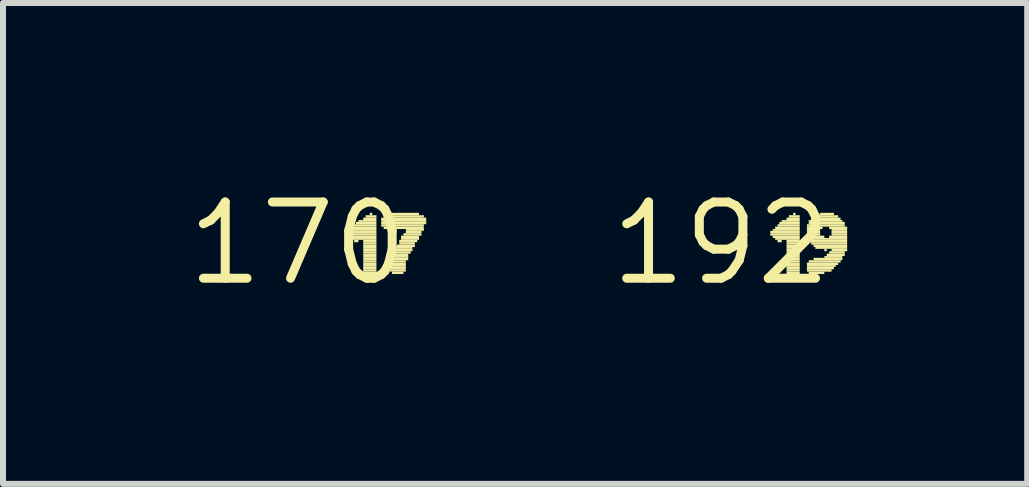
<source format=kicad_pcb>
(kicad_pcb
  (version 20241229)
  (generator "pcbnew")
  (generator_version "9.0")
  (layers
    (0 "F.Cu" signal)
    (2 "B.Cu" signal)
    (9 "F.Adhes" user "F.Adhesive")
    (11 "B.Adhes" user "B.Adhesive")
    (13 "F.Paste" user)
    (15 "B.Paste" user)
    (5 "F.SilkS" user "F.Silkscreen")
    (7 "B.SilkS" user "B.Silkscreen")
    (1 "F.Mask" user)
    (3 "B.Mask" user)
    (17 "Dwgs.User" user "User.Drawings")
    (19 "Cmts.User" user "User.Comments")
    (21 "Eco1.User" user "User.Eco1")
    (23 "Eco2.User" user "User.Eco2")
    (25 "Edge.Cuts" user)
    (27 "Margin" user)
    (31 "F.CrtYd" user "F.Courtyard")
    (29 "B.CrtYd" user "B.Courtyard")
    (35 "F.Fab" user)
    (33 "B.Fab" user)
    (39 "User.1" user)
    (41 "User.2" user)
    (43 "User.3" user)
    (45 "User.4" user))
  (footprint "192"
    (layer "F.Cu")
    (at 8.965 1.006)
    (property "Reference" "192" (at 0 0 0) (layer "F.SilkS") (effects (font (size 1.27 1.27) (thickness 0.15))))
    (fp_poly (pts (xy 0.82 -0.17) (xy 1.31 -0.17) (xy 1.31 -0.21) (xy 0.82 -0.21)) (stroke (width 0) (type solid)) (fill yes) (layer "F.SilkS"))
    (fp_poly (pts (xy 0.82 -0.13) (xy 1.31 -0.13) (xy 1.31 -0.17) (xy 0.82 -0.17)) (stroke (width 0) (type solid)) (fill yes) (layer "F.SilkS"))
    (fp_poly (pts (xy 0.86 -0.21) (xy 1.31 -0.21) (xy 1.31 -0.24) (xy 0.86 -0.24)) (stroke (width 0) (type solid)) (fill yes) (layer "F.SilkS"))
    (fp_poly (pts (xy 0.86 -0.09) (xy 1.31 -0.09) (xy 1.31 -0.13) (xy 0.86 -0.13)) (stroke (width 0) (type solid)) (fill yes) (layer "F.SilkS"))
    (fp_poly (pts (xy 0.9 -0.24) (xy 1.31 -0.24) (xy 1.31 -0.28) (xy 0.9 -0.28)) (stroke (width 0) (type solid)) (fill yes) (layer "F.SilkS"))
    (fp_poly (pts (xy 0.9 -0.06) (xy 1.31 -0.06) (xy 1.31 -0.09) (xy 0.9 -0.09)) (stroke (width 0) (type solid)) (fill yes) (layer "F.SilkS"))
    (fp_poly (pts (xy 0.94 -0.28) (xy 1.31 -0.28) (xy 1.31 -0.32) (xy 0.94 -0.32)) (stroke (width 0) (type solid)) (fill yes) (layer "F.SilkS"))
    (fp_poly (pts (xy 0.94 -0.02) (xy 1.01 -0.02) (xy 1.01 -0.06) (xy 0.94 -0.06)) (stroke (width 0) (type solid)) (fill yes) (layer "F.SilkS"))
    (fp_poly (pts (xy 0.97 -0.32) (xy 1.31 -0.32) (xy 1.31 -0.36) (xy 0.97 -0.36)) (stroke (width 0) (type solid)) (fill yes) (layer "F.SilkS"))
    (fp_poly (pts (xy 1.01 -0.36) (xy 1.31 -0.36) (xy 1.31 -0.39) (xy 1.01 -0.39)) (stroke (width 0) (type solid)) (fill yes) (layer "F.SilkS"))
    (fp_poly (pts (xy 1.09 -0.39) (xy 1.31 -0.39) (xy 1.31 -0.43) (xy 1.09 -0.43)) (stroke (width 0) (type solid)) (fill yes) (layer "F.SilkS"))
    (fp_poly (pts (xy 1.09 -0.02) (xy 1.31 -0.02) (xy 1.31 -0.06) (xy 1.09 -0.06)) (stroke (width 0) (type solid)) (fill yes) (layer "F.SilkS"))
    (fp_poly (pts (xy 1.09 0.02) (xy 1.31 0.02) (xy 1.31 -0.02) (xy 1.09 -0.02)) (stroke (width 0) (type solid)) (fill yes) (layer "F.SilkS"))
    (fp_poly (pts (xy 1.09 0.06) (xy 1.31 0.06) (xy 1.31 0.02) (xy 1.09 0.02)) (stroke (width 0) (type solid)) (fill yes) (layer "F.SilkS"))
    (fp_poly (pts (xy 1.09 0.09) (xy 1.31 0.09) (xy 1.31 0.06) (xy 1.09 0.06)) (stroke (width 0) (type solid)) (fill yes) (layer "F.SilkS"))
    (fp_poly (pts (xy 1.09 0.13) (xy 1.31 0.13) (xy 1.31 0.09) (xy 1.09 0.09)) (stroke (width 0) (type solid)) (fill yes) (layer "F.SilkS"))
    (fp_poly (pts (xy 1.09 0.17) (xy 1.31 0.17) (xy 1.31 0.13) (xy 1.09 0.13)) (stroke (width 0) (type solid)) (fill yes) (layer "F.SilkS"))
    (fp_poly (pts (xy 1.09 0.21) (xy 1.31 0.21) (xy 1.31 0.17) (xy 1.09 0.17)) (stroke (width 0) (type solid)) (fill yes) (layer "F.SilkS"))
    (fp_poly (pts (xy 1.09 0.24) (xy 1.31 0.24) (xy 1.31 0.21) (xy 1.09 0.21)) (stroke (width 0) (type solid)) (fill yes) (layer "F.SilkS"))
    (fp_poly (pts (xy 1.09 0.28) (xy 1.31 0.28) (xy 1.31 0.24) (xy 1.09 0.24)) (stroke (width 0) (type solid)) (fill yes) (layer "F.SilkS"))
    (fp_poly (pts (xy 1.09 0.32) (xy 1.31 0.32) (xy 1.31 0.28) (xy 1.09 0.28)) (stroke (width 0) (type solid)) (fill yes) (layer "F.SilkS"))
    (fp_poly (pts (xy 1.09 0.36) (xy 1.31 0.36) (xy 1.31 0.32) (xy 1.09 0.32)) (stroke (width 0) (type solid)) (fill yes) (layer "F.SilkS"))
    (fp_poly (pts (xy 1.09 0.39) (xy 1.31 0.39) (xy 1.31 0.36) (xy 1.09 0.36)) (stroke (width 0) (type solid)) (fill yes) (layer "F.SilkS"))
    (fp_poly (pts (xy 1.09 0.43) (xy 1.31 0.43) (xy 1.31 0.39) (xy 1.09 0.39)) (stroke (width 0) (type solid)) (fill yes) (layer "F.SilkS"))
    (fp_poly (pts (xy 1.09 0.47) (xy 1.31 0.47) (xy 1.31 0.43) (xy 1.09 0.43)) (stroke (width 0) (type solid)) (fill yes) (layer "F.SilkS"))
    (fp_poly (pts (xy 1.09 0.51) (xy 1.31 0.51) (xy 1.31 0.47) (xy 1.09 0.47)) (stroke (width 0) (type solid)) (fill yes) (layer "F.SilkS"))
    (fp_poly (pts (xy 1.13 -0.43) (xy 1.31 -0.43) (xy 1.31 -0.47) (xy 1.13 -0.47)) (stroke (width 0) (type solid)) (fill yes) (layer "F.SilkS"))
    (fp_poly (pts (xy 1.2 -0.47) (xy 1.24 -0.47) (xy 1.24 -0.51) (xy 1.2 -0.51)) (stroke (width 0) (type solid)) (fill yes) (layer "F.SilkS"))
    (fp_poly (pts (xy 1.43 -0.28) (xy 2.06 -0.28) (xy 2.06 -0.32) (xy 1.43 -0.32)) (stroke (width 0) (type solid)) (fill yes) (layer "F.SilkS"))
    (fp_poly (pts (xy 1.43 -0.24) (xy 1.69 -0.24) (xy 1.69 -0.28) (xy 1.43 -0.28)) (stroke (width 0) (type solid)) (fill yes) (layer "F.SilkS"))
    (fp_poly (pts (xy 1.43 -0.21) (xy 1.65 -0.21) (xy 1.65 -0.24) (xy 1.43 -0.24)) (stroke (width 0) (type solid)) (fill yes) (layer "F.SilkS"))
    (fp_poly (pts (xy 1.43 -0.17) (xy 1.65 -0.17) (xy 1.65 -0.21) (xy 1.43 -0.21)) (stroke (width 0) (type solid)) (fill yes) (layer "F.SilkS"))
    (fp_poly (pts (xy 1.43 -0.13) (xy 1.65 -0.13) (xy 1.65 -0.17) (xy 1.43 -0.17)) (stroke (width 0) (type solid)) (fill yes) (layer "F.SilkS"))
    (fp_poly (pts (xy 1.43 -0.09) (xy 1.72 -0.09) (xy 1.72 -0.13) (xy 1.43 -0.13)) (stroke (width 0) (type solid)) (fill yes) (layer "F.SilkS"))
    (fp_poly (pts (xy 1.43 -0.06) (xy 2.1 -0.06) (xy 2.1 -0.09) (xy 1.43 -0.09)) (stroke (width 0) (type solid)) (fill yes) (layer "F.SilkS"))
    (fp_poly (pts (xy 1.43 0.36) (xy 1.95 0.36) (xy 1.95 0.32) (xy 1.43 0.32)) (stroke (width 0) (type solid)) (fill yes) (layer "F.SilkS"))
    (fp_poly (pts (xy 1.43 0.39) (xy 1.91 0.39) (xy 1.91 0.36) (xy 1.43 0.36)) (stroke (width 0) (type solid)) (fill yes) (layer "F.SilkS"))
    (fp_poly (pts (xy 1.43 0.43) (xy 1.88 0.43) (xy 1.88 0.39) (xy 1.43 0.39)) (stroke (width 0) (type solid)) (fill yes) (layer "F.SilkS"))
    (fp_poly (pts (xy 1.43 0.47) (xy 1.84 0.47) (xy 1.84 0.43) (xy 1.43 0.43)) (stroke (width 0) (type solid)) (fill yes) (layer "F.SilkS"))
    (fp_poly (pts (xy 1.46 -0.36) (xy 2.02 -0.36) (xy 2.02 -0.39) (xy 1.46 -0.39)) (stroke (width 0) (type solid)) (fill yes) (layer "F.SilkS"))
    (fp_poly (pts (xy 1.46 -0.32) (xy 2.06 -0.32) (xy 2.06 -0.36) (xy 1.46 -0.36)) (stroke (width 0) (type solid)) (fill yes) (layer "F.SilkS"))
    (fp_poly (pts (xy 1.46 -0.02) (xy 2.1 -0.02) (xy 2.1 -0.06) (xy 1.46 -0.06)) (stroke (width 0) (type solid)) (fill yes) (layer "F.SilkS"))
    (fp_poly (pts (xy 1.46 0.32) (xy 1.99 0.32) (xy 1.99 0.28) (xy 1.46 0.28)) (stroke (width 0) (type solid)) (fill yes) (layer "F.SilkS"))
    (fp_poly (pts (xy 1.46 0.51) (xy 1.72 0.51) (xy 1.72 0.47) (xy 1.46 0.47)) (stroke (width 0) (type solid)) (fill yes) (layer "F.SilkS"))
    (fp_poly (pts (xy 1.5 -0.39) (xy 1.99 -0.39) (xy 1.99 -0.43) (xy 1.5 -0.43)) (stroke (width 0) (type solid)) (fill yes) (layer "F.SilkS"))
    (fp_poly (pts (xy 1.5 0.02) (xy 2.1 0.02) (xy 2.1 -0.02) (xy 1.5 -0.02)) (stroke (width 0) (type solid)) (fill yes) (layer "F.SilkS"))
    (fp_poly (pts (xy 1.54 0.06) (xy 2.1 0.06) (xy 2.1 0.02) (xy 1.54 0.02)) (stroke (width 0) (type solid)) (fill yes) (layer "F.SilkS"))
    (fp_poly (pts (xy 1.54 0.28) (xy 2.02 0.28) (xy 2.02 0.24) (xy 1.54 0.24)) (stroke (width 0) (type solid)) (fill yes) (layer "F.SilkS"))
    (fp_poly (pts (xy 1.57 -0.43) (xy 1.95 -0.43) (xy 1.95 -0.47) (xy 1.57 -0.47)) (stroke (width 0) (type solid)) (fill yes) (layer "F.SilkS"))
    (fp_poly (pts (xy 1.57 0.09) (xy 2.1 0.09) (xy 2.1 0.06) (xy 1.57 0.06)) (stroke (width 0) (type solid)) (fill yes) (layer "F.SilkS"))
    (fp_poly (pts (xy 1.65 -0.47) (xy 1.88 -0.47) (xy 1.88 -0.51) (xy 1.65 -0.51)) (stroke (width 0) (type solid)) (fill yes) (layer "F.SilkS"))
    (fp_poly (pts (xy 1.72 0.13) (xy 1.76 0.13) (xy 1.76 0.09) (xy 1.72 0.09)) (stroke (width 0) (type solid)) (fill yes) (layer "F.SilkS"))
    (fp_poly (pts (xy 1.72 0.24) (xy 2.02 0.24) (xy 2.02 0.21) (xy 1.72 0.21)) (stroke (width 0) (type solid)) (fill yes) (layer "F.SilkS"))
    (fp_poly (pts (xy 1.76 0.21) (xy 2.06 0.21) (xy 2.06 0.17) (xy 1.76 0.17)) (stroke (width 0) (type solid)) (fill yes) (layer "F.SilkS"))
    (fp_poly (pts (xy 1.8 -0.24) (xy 2.1 -0.24) (xy 2.1 -0.28) (xy 1.8 -0.28)) (stroke (width 0) (type solid)) (fill yes) (layer "F.SilkS"))
    (fp_poly (pts (xy 1.8 -0.09) (xy 2.1 -0.09) (xy 2.1 -0.13) (xy 1.8 -0.13)) (stroke (width 0) (type solid)) (fill yes) (layer "F.SilkS"))
    (fp_poly (pts (xy 1.8 0.17) (xy 2.06 0.17) (xy 2.06 0.13) (xy 1.8 0.13)) (stroke (width 0) (type solid)) (fill yes) (layer "F.SilkS"))
    (fp_poly (pts (xy 1.84 -0.21) (xy 2.1 -0.21) (xy 2.1 -0.24) (xy 1.84 -0.24)) (stroke (width 0) (type solid)) (fill yes) (layer "F.SilkS"))
    (fp_poly (pts (xy 1.84 -0.17) (xy 2.1 -0.17) (xy 2.1 -0.21) (xy 1.84 -0.21)) (stroke (width 0) (type solid)) (fill yes) (layer "F.SilkS"))
    (fp_poly (pts (xy 1.84 -0.13) (xy 2.1 -0.13) (xy 2.1 -0.17) (xy 1.84 -0.17)) (stroke (width 0) (type solid)) (fill yes) (layer "F.SilkS"))
    (fp_poly (pts (xy 1.84 0.13) (xy 2.1 0.13) (xy 2.1 0.09) (xy 1.84 0.09)) (stroke (width 0) (type solid)) (fill yes) (layer "F.SilkS")))
  (footprint "170"
    (layer "F.Cu")
    (at 1.912 1.006)
    (property "Reference" "170" (at 0 0 0) (layer "F.SilkS") (effects (font (size 1.27 1.27) (thickness 0.15))))
    (fp_poly (pts (xy 0.82 -0.17) (xy 1.31 -0.17) (xy 1.31 -0.21) (xy 0.82 -0.21)) (stroke (width 0) (type solid)) (fill yes) (layer "F.SilkS"))
    (fp_poly (pts (xy 0.82 -0.13) (xy 1.31 -0.13) (xy 1.31 -0.17) (xy 0.82 -0.17)) (stroke (width 0) (type solid)) (fill yes) (layer "F.SilkS"))
    (fp_poly (pts (xy 0.86 -0.21) (xy 1.31 -0.21) (xy 1.31 -0.24) (xy 0.86 -0.24)) (stroke (width 0) (type solid)) (fill yes) (layer "F.SilkS"))
    (fp_poly (pts (xy 0.86 -0.09) (xy 1.31 -0.09) (xy 1.31 -0.13) (xy 0.86 -0.13)) (stroke (width 0) (type solid)) (fill yes) (layer "F.SilkS"))
    (fp_poly (pts (xy 0.9 -0.24) (xy 1.31 -0.24) (xy 1.31 -0.28) (xy 0.9 -0.28)) (stroke (width 0) (type solid)) (fill yes) (layer "F.SilkS"))
    (fp_poly (pts (xy 0.9 -0.06) (xy 1.31 -0.06) (xy 1.31 -0.09) (xy 0.9 -0.09)) (stroke (width 0) (type solid)) (fill yes) (layer "F.SilkS"))
    (fp_poly (pts (xy 0.94 -0.28) (xy 1.31 -0.28) (xy 1.31 -0.32) (xy 0.94 -0.32)) (stroke (width 0) (type solid)) (fill yes) (layer "F.SilkS"))
    (fp_poly (pts (xy 0.94 -0.02) (xy 1.01 -0.02) (xy 1.01 -0.06) (xy 0.94 -0.06)) (stroke (width 0) (type solid)) (fill yes) (layer "F.SilkS"))
    (fp_poly (pts (xy 0.97 -0.32) (xy 1.31 -0.32) (xy 1.31 -0.36) (xy 0.97 -0.36)) (stroke (width 0) (type solid)) (fill yes) (layer "F.SilkS"))
    (fp_poly (pts (xy 1.01 -0.36) (xy 1.31 -0.36) (xy 1.31 -0.39) (xy 1.01 -0.39)) (stroke (width 0) (type solid)) (fill yes) (layer "F.SilkS"))
    (fp_poly (pts (xy 1.09 -0.39) (xy 1.31 -0.39) (xy 1.31 -0.43) (xy 1.09 -0.43)) (stroke (width 0) (type solid)) (fill yes) (layer "F.SilkS"))
    (fp_poly (pts (xy 1.09 -0.02) (xy 1.31 -0.02) (xy 1.31 -0.06) (xy 1.09 -0.06)) (stroke (width 0) (type solid)) (fill yes) (layer "F.SilkS"))
    (fp_poly (pts (xy 1.09 0.02) (xy 1.31 0.02) (xy 1.31 -0.02) (xy 1.09 -0.02)) (stroke (width 0) (type solid)) (fill yes) (layer "F.SilkS"))
    (fp_poly (pts (xy 1.09 0.06) (xy 1.31 0.06) (xy 1.31 0.02) (xy 1.09 0.02)) (stroke (width 0) (type solid)) (fill yes) (layer "F.SilkS"))
    (fp_poly (pts (xy 1.09 0.09) (xy 1.31 0.09) (xy 1.31 0.06) (xy 1.09 0.06)) (stroke (width 0) (type solid)) (fill yes) (layer "F.SilkS"))
    (fp_poly (pts (xy 1.09 0.13) (xy 1.31 0.13) (xy 1.31 0.09) (xy 1.09 0.09)) (stroke (width 0) (type solid)) (fill yes) (layer "F.SilkS"))
    (fp_poly (pts (xy 1.09 0.17) (xy 1.31 0.17) (xy 1.31 0.13) (xy 1.09 0.13)) (stroke (width 0) (type solid)) (fill yes) (layer "F.SilkS"))
    (fp_poly (pts (xy 1.09 0.21) (xy 1.31 0.21) (xy 1.31 0.17) (xy 1.09 0.17)) (stroke (width 0) (type solid)) (fill yes) (layer "F.SilkS"))
    (fp_poly (pts (xy 1.09 0.24) (xy 1.31 0.24) (xy 1.31 0.21) (xy 1.09 0.21)) (stroke (width 0) (type solid)) (fill yes) (layer "F.SilkS"))
    (fp_poly (pts (xy 1.09 0.28) (xy 1.31 0.28) (xy 1.31 0.24) (xy 1.09 0.24)) (stroke (width 0) (type solid)) (fill yes) (layer "F.SilkS"))
    (fp_poly (pts (xy 1.09 0.32) (xy 1.31 0.32) (xy 1.31 0.28) (xy 1.09 0.28)) (stroke (width 0) (type solid)) (fill yes) (layer "F.SilkS"))
    (fp_poly (pts (xy 1.09 0.36) (xy 1.31 0.36) (xy 1.31 0.32) (xy 1.09 0.32)) (stroke (width 0) (type solid)) (fill yes) (layer "F.SilkS"))
    (fp_poly (pts (xy 1.09 0.39) (xy 1.31 0.39) (xy 1.31 0.36) (xy 1.09 0.36)) (stroke (width 0) (type solid)) (fill yes) (layer "F.SilkS"))
    (fp_poly (pts (xy 1.09 0.43) (xy 1.31 0.43) (xy 1.31 0.39) (xy 1.09 0.39)) (stroke (width 0) (type solid)) (fill yes) (layer "F.SilkS"))
    (fp_poly (pts (xy 1.09 0.47) (xy 1.31 0.47) (xy 1.31 0.43) (xy 1.09 0.43)) (stroke (width 0) (type solid)) (fill yes) (layer "F.SilkS"))
    (fp_poly (pts (xy 1.09 0.51) (xy 1.31 0.51) (xy 1.31 0.47) (xy 1.09 0.47)) (stroke (width 0) (type solid)) (fill yes) (layer "F.SilkS"))
    (fp_poly (pts (xy 1.13 -0.43) (xy 1.31 -0.43) (xy 1.31 -0.47) (xy 1.13 -0.47)) (stroke (width 0) (type solid)) (fill yes) (layer "F.SilkS"))
    (fp_poly (pts (xy 1.2 -0.47) (xy 1.24 -0.47) (xy 1.24 -0.51) (xy 1.2 -0.51)) (stroke (width 0) (type solid)) (fill yes) (layer "F.SilkS"))
    (fp_poly (pts (xy 1.39 -0.39) (xy 2.14 -0.39) (xy 2.14 -0.43) (xy 1.39 -0.43)) (stroke (width 0) (type solid)) (fill yes) (layer "F.SilkS"))
    (fp_poly (pts (xy 1.39 -0.36) (xy 2.14 -0.36) (xy 2.14 -0.39) (xy 1.39 -0.39)) (stroke (width 0) (type solid)) (fill yes) (layer "F.SilkS"))
    (fp_poly (pts (xy 1.39 -0.32) (xy 2.14 -0.32) (xy 2.14 -0.36) (xy 1.39 -0.36)) (stroke (width 0) (type solid)) (fill yes) (layer "F.SilkS"))
    (fp_poly (pts (xy 1.39 -0.28) (xy 2.1 -0.28) (xy 2.1 -0.32) (xy 1.39 -0.32)) (stroke (width 0) (type solid)) (fill yes) (layer "F.SilkS"))
    (fp_poly (pts (xy 1.43 -0.43) (xy 2.1 -0.43) (xy 2.1 -0.47) (xy 1.43 -0.47)) (stroke (width 0) (type solid)) (fill yes) (layer "F.SilkS"))
    (fp_poly (pts (xy 1.43 -0.24) (xy 2.1 -0.24) (xy 2.1 -0.28) (xy 1.43 -0.28)) (stroke (width 0) (type solid)) (fill yes) (layer "F.SilkS"))
    (fp_poly (pts (xy 1.5 -0.47) (xy 2.02 -0.47) (xy 2.02 -0.51) (xy 1.5 -0.51)) (stroke (width 0) (type solid)) (fill yes) (layer "F.SilkS"))
    (fp_poly (pts (xy 1.54 0.28) (xy 1.84 0.28) (xy 1.84 0.24) (xy 1.54 0.24)) (stroke (width 0) (type solid)) (fill yes) (layer "F.SilkS"))
    (fp_poly (pts (xy 1.54 0.32) (xy 1.8 0.32) (xy 1.8 0.28) (xy 1.54 0.28)) (stroke (width 0) (type solid)) (fill yes) (layer "F.SilkS"))
    (fp_poly (pts (xy 1.54 0.36) (xy 1.8 0.36) (xy 1.8 0.32) (xy 1.54 0.32)) (stroke (width 0) (type solid)) (fill yes) (layer "F.SilkS"))
    (fp_poly (pts (xy 1.54 0.39) (xy 1.8 0.39) (xy 1.8 0.36) (xy 1.54 0.36)) (stroke (width 0) (type solid)) (fill yes) (layer "F.SilkS"))
    (fp_poly (pts (xy 1.54 0.43) (xy 1.8 0.43) (xy 1.8 0.39) (xy 1.54 0.39)) (stroke (width 0) (type solid)) (fill yes) (layer "F.SilkS"))
    (fp_poly (pts (xy 1.54 0.47) (xy 1.8 0.47) (xy 1.8 0.43) (xy 1.54 0.43)) (stroke (width 0) (type solid)) (fill yes) (layer "F.SilkS"))
    (fp_poly (pts (xy 1.57 0.17) (xy 1.88 0.17) (xy 1.88 0.13) (xy 1.57 0.13)) (stroke (width 0) (type solid)) (fill yes) (layer "F.SilkS"))
    (fp_poly (pts (xy 1.57 0.21) (xy 1.84 0.21) (xy 1.84 0.17) (xy 1.57 0.17)) (stroke (width 0) (type solid)) (fill yes) (layer "F.SilkS"))
    (fp_poly (pts (xy 1.57 0.24) (xy 1.84 0.24) (xy 1.84 0.21) (xy 1.57 0.21)) (stroke (width 0) (type solid)) (fill yes) (layer "F.SilkS"))
    (fp_poly (pts (xy 1.57 0.51) (xy 1.76 0.51) (xy 1.76 0.47) (xy 1.57 0.47)) (stroke (width 0) (type solid)) (fill yes) (layer "F.SilkS"))
    (fp_poly (pts (xy 1.61 0.09) (xy 1.91 0.09) (xy 1.91 0.06) (xy 1.61 0.06)) (stroke (width 0) (type solid)) (fill yes) (layer "F.SilkS"))
    (fp_poly (pts (xy 1.61 0.13) (xy 1.91 0.13) (xy 1.91 0.09) (xy 1.61 0.09)) (stroke (width 0) (type solid)) (fill yes) (layer "F.SilkS"))
    (fp_poly (pts (xy 1.65 0.06) (xy 1.95 0.06) (xy 1.95 0.02) (xy 1.65 0.02)) (stroke (width 0) (type solid)) (fill yes) (layer "F.SilkS"))
    (fp_poly (pts (xy 1.69 -0.02) (xy 1.99 -0.02) (xy 1.99 -0.06) (xy 1.69 -0.06)) (stroke (width 0) (type solid)) (fill yes) (layer "F.SilkS"))
    (fp_poly (pts (xy 1.69 0.02) (xy 1.95 0.02) (xy 1.95 -0.02) (xy 1.69 -0.02)) (stroke (width 0) (type solid)) (fill yes) (layer "F.SilkS"))
    (fp_poly (pts (xy 1.72 -0.09) (xy 2.02 -0.09) (xy 2.02 -0.13) (xy 1.72 -0.13)) (stroke (width 0) (type solid)) (fill yes) (layer "F.SilkS"))
    (fp_poly (pts (xy 1.72 -0.06) (xy 2.02 -0.06) (xy 2.02 -0.09) (xy 1.72 -0.09)) (stroke (width 0) (type solid)) (fill yes) (layer "F.SilkS"))
    (fp_poly (pts (xy 1.76 -0.13) (xy 2.06 -0.13) (xy 2.06 -0.17) (xy 1.76 -0.17)) (stroke (width 0) (type solid)) (fill yes) (layer "F.SilkS"))
    (fp_poly (pts (xy 1.8 -0.21) (xy 2.1 -0.21) (xy 2.1 -0.24) (xy 1.8 -0.24)) (stroke (width 0) (type solid)) (fill yes) (layer "F.SilkS"))
    (fp_poly (pts (xy 1.8 -0.17) (xy 2.06 -0.17) (xy 2.06 -0.21) (xy 1.8 -0.21)) (stroke (width 0) (type solid)) (fill yes) (layer "F.SilkS")))
  (gr_rect
    (start -3 -3)
    (end 14.065 5.012)
    (stroke (width 0.1) (type default))
    (fill no)
    (layer "Edge.Cuts")))
</source>
